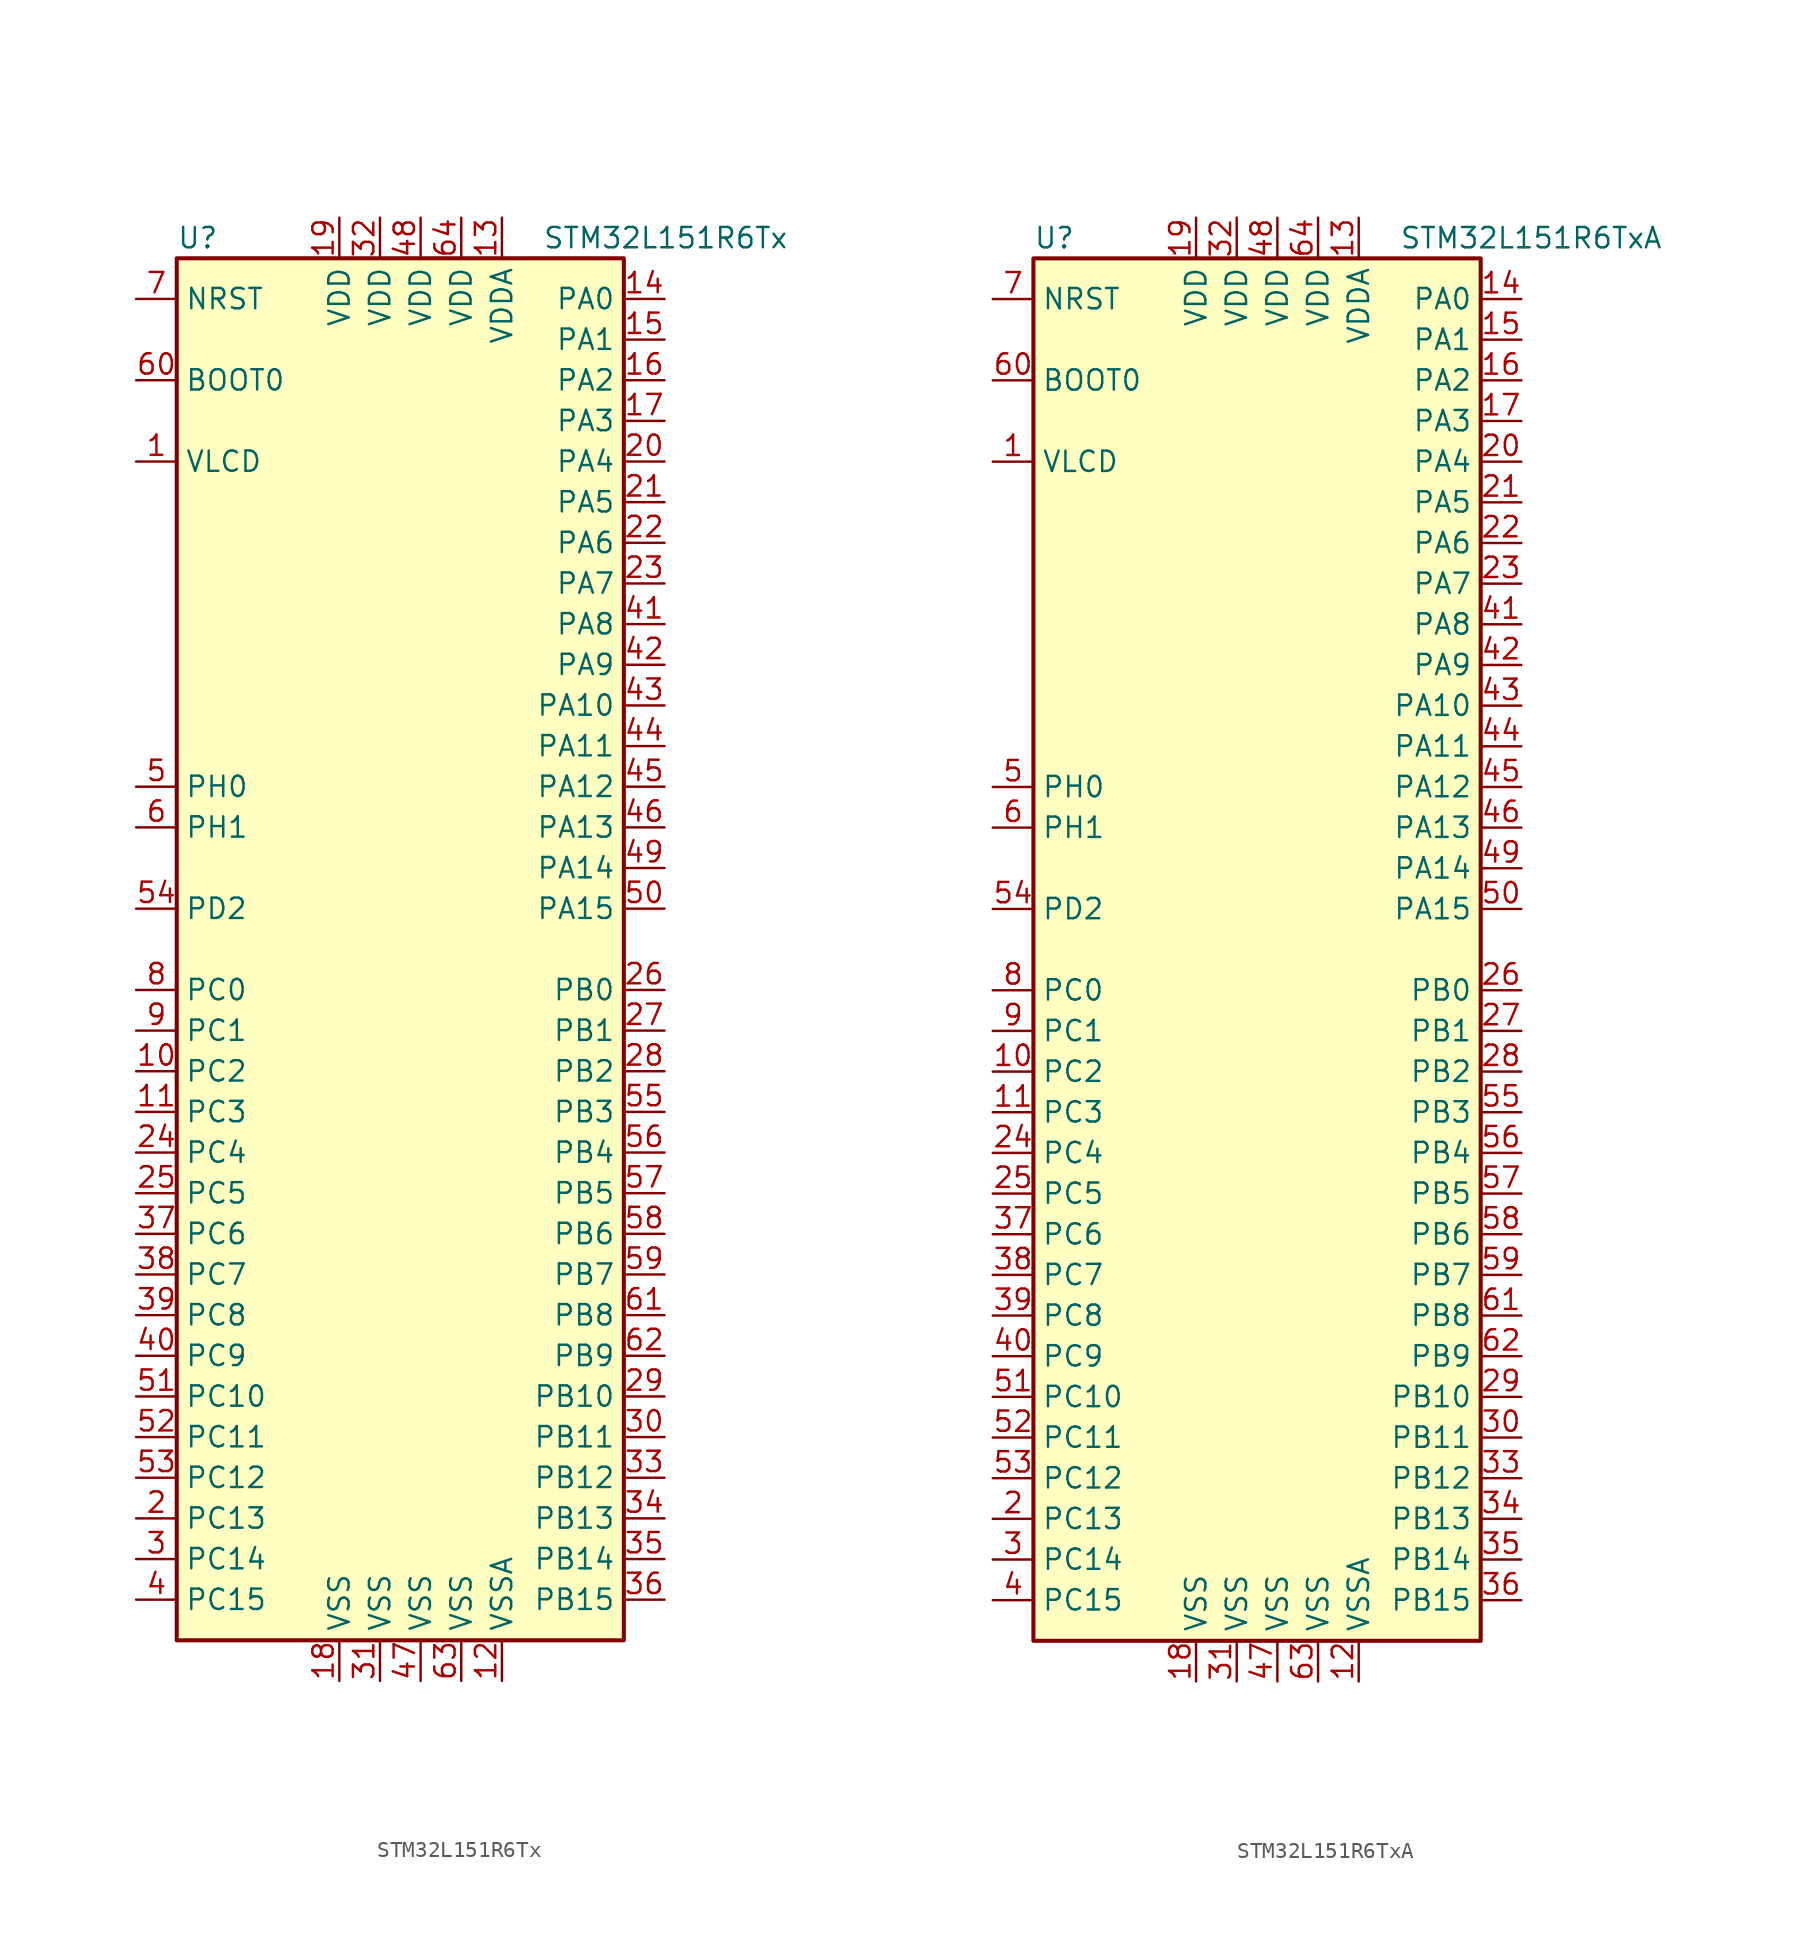
<source format=kicad_sym>
(kicad_symbol_lib
  (version 20211014)
  (generator kicad_symbol_editor)
  (symbol "STM32L151R6Tx"
    (property "Reference" "U"
      (at -15.24 44.45 0)
      (effects (font (size 1.27 1.27)) (justify left)))
    (property "Value" "STM32L151R6Tx"
      (at 7.62 44.45 0)
      (effects (font (size 1.27 1.27)) (justify left)))
    (symbol "STM32L151R6Tx_0_1"
      (rectangle (start -15.24 -43.18) (end 12.7 43.18) (stroke (width 0.254) (type default) (color 0 0 0 0)) (fill (type background))))
    (symbol "STM32L151R6Tx_1_1"
      (pin power_in line (at -17.78 30.48 0) (length 2.54) (name "VLCD" (effects (font (size 1.27 1.27)))) (number "1" (effects (font (size 1.27 1.27)))))
      (pin bidirectional line (at -17.78 -7.62 0) (length 2.54) (name "PC2" (effects (font (size 1.27 1.27)))) (number "10" (effects (font (size 1.27 1.27)))))
      (pin bidirectional line (at -17.78 -10.16 0) (length 2.54) (name "PC3" (effects (font (size 1.27 1.27)))) (number "11" (effects (font (size 1.27 1.27)))))
      (pin power_in line (at 5.08 -45.72 90) (length 2.54) (name "VSSA" (effects (font (size 1.27 1.27)))) (number "12" (effects (font (size 1.27 1.27)))))
      (pin power_in line (at 5.08 45.72 270) (length 2.54) (name "VDDA" (effects (font (size 1.27 1.27)))) (number "13" (effects (font (size 1.27 1.27)))))
      (pin bidirectional line (at 15.24 40.64 180) (length 2.54) (name "PA0" (effects (font (size 1.27 1.27)))) (number "14" (effects (font (size 1.27 1.27)))))
      (pin bidirectional line (at 15.24 38.1 180) (length 2.54) (name "PA1" (effects (font (size 1.27 1.27)))) (number "15" (effects (font (size 1.27 1.27)))))
      (pin bidirectional line (at 15.24 35.56 180) (length 2.54) (name "PA2" (effects (font (size 1.27 1.27)))) (number "16" (effects (font (size 1.27 1.27)))))
      (pin bidirectional line (at 15.24 33.02 180) (length 2.54) (name "PA3" (effects (font (size 1.27 1.27)))) (number "17" (effects (font (size 1.27 1.27)))))
      (pin power_in line (at -5.08 -45.72 90) (length 2.54) (name "VSS" (effects (font (size 1.27 1.27)))) (number "18" (effects (font (size 1.27 1.27)))))
      (pin power_in line (at -5.08 45.72 270) (length 2.54) (name "VDD" (effects (font (size 1.27 1.27)))) (number "19" (effects (font (size 1.27 1.27)))))
      (pin bidirectional line (at -17.78 -35.56 0) (length 2.54) (name "PC13" (effects (font (size 1.27 1.27)))) (number "2" (effects (font (size 1.27 1.27)))))
      (pin bidirectional line (at 15.24 30.48 180) (length 2.54) (name "PA4" (effects (font (size 1.27 1.27)))) (number "20" (effects (font (size 1.27 1.27)))))
      (pin bidirectional line (at 15.24 27.94 180) (length 2.54) (name "PA5" (effects (font (size 1.27 1.27)))) (number "21" (effects (font (size 1.27 1.27)))))
      (pin bidirectional line (at 15.24 25.4 180) (length 2.54) (name "PA6" (effects (font (size 1.27 1.27)))) (number "22" (effects (font (size 1.27 1.27)))))
      (pin bidirectional line (at 15.24 22.86 180) (length 2.54) (name "PA7" (effects (font (size 1.27 1.27)))) (number "23" (effects (font (size 1.27 1.27)))))
      (pin bidirectional line (at -17.78 -12.7 0) (length 2.54) (name "PC4" (effects (font (size 1.27 1.27)))) (number "24" (effects (font (size 1.27 1.27)))))
      (pin bidirectional line (at -17.78 -15.24 0) (length 2.54) (name "PC5" (effects (font (size 1.27 1.27)))) (number "25" (effects (font (size 1.27 1.27)))))
      (pin bidirectional line (at 15.24 -2.54 180) (length 2.54) (name "PB0" (effects (font (size 1.27 1.27)))) (number "26" (effects (font (size 1.27 1.27)))))
      (pin bidirectional line (at 15.24 -5.08 180) (length 2.54) (name "PB1" (effects (font (size 1.27 1.27)))) (number "27" (effects (font (size 1.27 1.27)))))
      (pin bidirectional line (at 15.24 -7.62 180) (length 2.54) (name "PB2" (effects (font (size 1.27 1.27)))) (number "28" (effects (font (size 1.27 1.27)))))
      (pin bidirectional line (at 15.24 -27.94 180) (length 2.54) (name "PB10" (effects (font (size 1.27 1.27)))) (number "29" (effects (font (size 1.27 1.27)))))
      (pin bidirectional line (at -17.78 -38.1 0) (length 2.54) (name "PC14" (effects (font (size 1.27 1.27)))) (number "3" (effects (font (size 1.27 1.27)))))
      (pin bidirectional line (at 15.24 -30.48 180) (length 2.54) (name "PB11" (effects (font (size 1.27 1.27)))) (number "30" (effects (font (size 1.27 1.27)))))
      (pin power_in line (at -2.54 -45.72 90) (length 2.54) (name "VSS" (effects (font (size 1.27 1.27)))) (number "31" (effects (font (size 1.27 1.27)))))
      (pin power_in line (at -2.54 45.72 270) (length 2.54) (name "VDD" (effects (font (size 1.27 1.27)))) (number "32" (effects (font (size 1.27 1.27)))))
      (pin bidirectional line (at 15.24 -33.02 180) (length 2.54) (name "PB12" (effects (font (size 1.27 1.27)))) (number "33" (effects (font (size 1.27 1.27)))))
      (pin bidirectional line (at 15.24 -35.56 180) (length 2.54) (name "PB13" (effects (font (size 1.27 1.27)))) (number "34" (effects (font (size 1.27 1.27)))))
      (pin bidirectional line (at 15.24 -38.1 180) (length 2.54) (name "PB14" (effects (font (size 1.27 1.27)))) (number "35" (effects (font (size 1.27 1.27)))))
      (pin bidirectional line (at 15.24 -40.64 180) (length 2.54) (name "PB15" (effects (font (size 1.27 1.27)))) (number "36" (effects (font (size 1.27 1.27)))))
      (pin bidirectional line (at -17.78 -17.78 0) (length 2.54) (name "PC6" (effects (font (size 1.27 1.27)))) (number "37" (effects (font (size 1.27 1.27)))))
      (pin bidirectional line (at -17.78 -20.32 0) (length 2.54) (name "PC7" (effects (font (size 1.27 1.27)))) (number "38" (effects (font (size 1.27 1.27)))))
      (pin bidirectional line (at -17.78 -22.86 0) (length 2.54) (name "PC8" (effects (font (size 1.27 1.27)))) (number "39" (effects (font (size 1.27 1.27)))))
      (pin bidirectional line (at -17.78 -40.64 0) (length 2.54) (name "PC15" (effects (font (size 1.27 1.27)))) (number "4" (effects (font (size 1.27 1.27)))))
      (pin bidirectional line (at -17.78 -25.4 0) (length 2.54) (name "PC9" (effects (font (size 1.27 1.27)))) (number "40" (effects (font (size 1.27 1.27)))))
      (pin bidirectional line (at 15.24 20.32 180) (length 2.54) (name "PA8" (effects (font (size 1.27 1.27)))) (number "41" (effects (font (size 1.27 1.27)))))
      (pin bidirectional line (at 15.24 17.78 180) (length 2.54) (name "PA9" (effects (font (size 1.27 1.27)))) (number "42" (effects (font (size 1.27 1.27)))))
      (pin bidirectional line (at 15.24 15.24 180) (length 2.54) (name "PA10" (effects (font (size 1.27 1.27)))) (number "43" (effects (font (size 1.27 1.27)))))
      (pin bidirectional line (at 15.24 12.7 180) (length 2.54) (name "PA11" (effects (font (size 1.27 1.27)))) (number "44" (effects (font (size 1.27 1.27)))))
      (pin bidirectional line (at 15.24 10.16 180) (length 2.54) (name "PA12" (effects (font (size 1.27 1.27)))) (number "45" (effects (font (size 1.27 1.27)))))
      (pin bidirectional line (at 15.24 7.62 180) (length 2.54) (name "PA13" (effects (font (size 1.27 1.27)))) (number "46" (effects (font (size 1.27 1.27)))))
      (pin power_in line (at 0 -45.72 90) (length 2.54) (name "VSS" (effects (font (size 1.27 1.27)))) (number "47" (effects (font (size 1.27 1.27)))))
      (pin power_in line (at 0 45.72 270) (length 2.54) (name "VDD" (effects (font (size 1.27 1.27)))) (number "48" (effects (font (size 1.27 1.27)))))
      (pin bidirectional line (at 15.24 5.08 180) (length 2.54) (name "PA14" (effects (font (size 1.27 1.27)))) (number "49" (effects (font (size 1.27 1.27)))))
      (pin input line (at -17.78 10.16 0) (length 2.54) (name "PH0" (effects (font (size 1.27 1.27)))) (number "5" (effects (font (size 1.27 1.27)))))
      (pin bidirectional line (at 15.24 2.54 180) (length 2.54) (name "PA15" (effects (font (size 1.27 1.27)))) (number "50" (effects (font (size 1.27 1.27)))))
      (pin bidirectional line (at -17.78 -27.94 0) (length 2.54) (name "PC10" (effects (font (size 1.27 1.27)))) (number "51" (effects (font (size 1.27 1.27)))))
      (pin bidirectional line (at -17.78 -30.48 0) (length 2.54) (name "PC11" (effects (font (size 1.27 1.27)))) (number "52" (effects (font (size 1.27 1.27)))))
      (pin bidirectional line (at -17.78 -33.02 0) (length 2.54) (name "PC12" (effects (font (size 1.27 1.27)))) (number "53" (effects (font (size 1.27 1.27)))))
      (pin bidirectional line (at -17.78 2.54 0) (length 2.54) (name "PD2" (effects (font (size 1.27 1.27)))) (number "54" (effects (font (size 1.27 1.27)))))
      (pin bidirectional line (at 15.24 -10.16 180) (length 2.54) (name "PB3" (effects (font (size 1.27 1.27)))) (number "55" (effects (font (size 1.27 1.27)))))
      (pin bidirectional line (at 15.24 -12.7 180) (length 2.54) (name "PB4" (effects (font (size 1.27 1.27)))) (number "56" (effects (font (size 1.27 1.27)))))
      (pin bidirectional line (at 15.24 -15.24 180) (length 2.54) (name "PB5" (effects (font (size 1.27 1.27)))) (number "57" (effects (font (size 1.27 1.27)))))
      (pin bidirectional line (at 15.24 -17.78 180) (length 2.54) (name "PB6" (effects (font (size 1.27 1.27)))) (number "58" (effects (font (size 1.27 1.27)))))
      (pin bidirectional line (at 15.24 -20.32 180) (length 2.54) (name "PB7" (effects (font (size 1.27 1.27)))) (number "59" (effects (font (size 1.27 1.27)))))
      (pin input line (at -17.78 7.62 0) (length 2.54) (name "PH1" (effects (font (size 1.27 1.27)))) (number "6" (effects (font (size 1.27 1.27)))))
      (pin input line (at -17.78 35.56 0) (length 2.54) (name "BOOT0" (effects (font (size 1.27 1.27)))) (number "60" (effects (font (size 1.27 1.27)))))
      (pin bidirectional line (at 15.24 -22.86 180) (length 2.54) (name "PB8" (effects (font (size 1.27 1.27)))) (number "61" (effects (font (size 1.27 1.27)))))
      (pin bidirectional line (at 15.24 -25.4 180) (length 2.54) (name "PB9" (effects (font (size 1.27 1.27)))) (number "62" (effects (font (size 1.27 1.27)))))
      (pin power_in line (at 2.54 -45.72 90) (length 2.54) (name "VSS" (effects (font (size 1.27 1.27)))) (number "63" (effects (font (size 1.27 1.27)))))
      (pin power_in line (at 2.54 45.72 270) (length 2.54) (name "VDD" (effects (font (size 1.27 1.27)))) (number "64" (effects (font (size 1.27 1.27)))))
      (pin input line (at -17.78 40.64 0) (length 2.54) (name "NRST" (effects (font (size 1.27 1.27)))) (number "7" (effects (font (size 1.27 1.27)))))
      (pin bidirectional line (at -17.78 -2.54 0) (length 2.54) (name "PC0" (effects (font (size 1.27 1.27)))) (number "8" (effects (font (size 1.27 1.27)))))
      (pin bidirectional line (at -17.78 -5.08 0) (length 2.54) (name "PC1" (effects (font (size 1.27 1.27)))) (number "9" (effects (font (size 1.27 1.27)))))))
  (symbol "STM32L151R6TxA"
    (property "Reference" "U"
      (at -15.24 44.45 0)
      (effects (font (size 1.27 1.27)) (justify left)))
    (property "Value" "STM32L151R6TxA"
      (at 7.62 44.45 0)
      (effects (font (size 1.27 1.27)) (justify left)))
    (symbol "STM32L151R6TxA_0_1"
      (rectangle (start -15.24 -43.18) (end 12.7 43.18) (stroke (width 0.254) (type default) (color 0 0 0 0)) (fill (type background))))
    (symbol "STM32L151R6TxA_1_1"
      (pin power_in line (at -17.78 30.48 0) (length 2.54) (name "VLCD" (effects (font (size 1.27 1.27)))) (number "1" (effects (font (size 1.27 1.27)))))
      (pin bidirectional line (at -17.78 -7.62 0) (length 2.54) (name "PC2" (effects (font (size 1.27 1.27)))) (number "10" (effects (font (size 1.27 1.27)))))
      (pin bidirectional line (at -17.78 -10.16 0) (length 2.54) (name "PC3" (effects (font (size 1.27 1.27)))) (number "11" (effects (font (size 1.27 1.27)))))
      (pin power_in line (at 5.08 -45.72 90) (length 2.54) (name "VSSA" (effects (font (size 1.27 1.27)))) (number "12" (effects (font (size 1.27 1.27)))))
      (pin power_in line (at 5.08 45.72 270) (length 2.54) (name "VDDA" (effects (font (size 1.27 1.27)))) (number "13" (effects (font (size 1.27 1.27)))))
      (pin bidirectional line (at 15.24 40.64 180) (length 2.54) (name "PA0" (effects (font (size 1.27 1.27)))) (number "14" (effects (font (size 1.27 1.27)))))
      (pin bidirectional line (at 15.24 38.1 180) (length 2.54) (name "PA1" (effects (font (size 1.27 1.27)))) (number "15" (effects (font (size 1.27 1.27)))))
      (pin bidirectional line (at 15.24 35.56 180) (length 2.54) (name "PA2" (effects (font (size 1.27 1.27)))) (number "16" (effects (font (size 1.27 1.27)))))
      (pin bidirectional line (at 15.24 33.02 180) (length 2.54) (name "PA3" (effects (font (size 1.27 1.27)))) (number "17" (effects (font (size 1.27 1.27)))))
      (pin power_in line (at -5.08 -45.72 90) (length 2.54) (name "VSS" (effects (font (size 1.27 1.27)))) (number "18" (effects (font (size 1.27 1.27)))))
      (pin power_in line (at -5.08 45.72 270) (length 2.54) (name "VDD" (effects (font (size 1.27 1.27)))) (number "19" (effects (font (size 1.27 1.27)))))
      (pin bidirectional line (at -17.78 -35.56 0) (length 2.54) (name "PC13" (effects (font (size 1.27 1.27)))) (number "2" (effects (font (size 1.27 1.27)))))
      (pin bidirectional line (at 15.24 30.48 180) (length 2.54) (name "PA4" (effects (font (size 1.27 1.27)))) (number "20" (effects (font (size 1.27 1.27)))))
      (pin bidirectional line (at 15.24 27.94 180) (length 2.54) (name "PA5" (effects (font (size 1.27 1.27)))) (number "21" (effects (font (size 1.27 1.27)))))
      (pin bidirectional line (at 15.24 25.4 180) (length 2.54) (name "PA6" (effects (font (size 1.27 1.27)))) (number "22" (effects (font (size 1.27 1.27)))))
      (pin bidirectional line (at 15.24 22.86 180) (length 2.54) (name "PA7" (effects (font (size 1.27 1.27)))) (number "23" (effects (font (size 1.27 1.27)))))
      (pin bidirectional line (at -17.78 -12.7 0) (length 2.54) (name "PC4" (effects (font (size 1.27 1.27)))) (number "24" (effects (font (size 1.27 1.27)))))
      (pin bidirectional line (at -17.78 -15.24 0) (length 2.54) (name "PC5" (effects (font (size 1.27 1.27)))) (number "25" (effects (font (size 1.27 1.27)))))
      (pin bidirectional line (at 15.24 -2.54 180) (length 2.54) (name "PB0" (effects (font (size 1.27 1.27)))) (number "26" (effects (font (size 1.27 1.27)))))
      (pin bidirectional line (at 15.24 -5.08 180) (length 2.54) (name "PB1" (effects (font (size 1.27 1.27)))) (number "27" (effects (font (size 1.27 1.27)))))
      (pin bidirectional line (at 15.24 -7.62 180) (length 2.54) (name "PB2" (effects (font (size 1.27 1.27)))) (number "28" (effects (font (size 1.27 1.27)))))
      (pin bidirectional line (at 15.24 -27.94 180) (length 2.54) (name "PB10" (effects (font (size 1.27 1.27)))) (number "29" (effects (font (size 1.27 1.27)))))
      (pin bidirectional line (at -17.78 -38.1 0) (length 2.54) (name "PC14" (effects (font (size 1.27 1.27)))) (number "3" (effects (font (size 1.27 1.27)))))
      (pin bidirectional line (at 15.24 -30.48 180) (length 2.54) (name "PB11" (effects (font (size 1.27 1.27)))) (number "30" (effects (font (size 1.27 1.27)))))
      (pin power_in line (at -2.54 -45.72 90) (length 2.54) (name "VSS" (effects (font (size 1.27 1.27)))) (number "31" (effects (font (size 1.27 1.27)))))
      (pin power_in line (at -2.54 45.72 270) (length 2.54) (name "VDD" (effects (font (size 1.27 1.27)))) (number "32" (effects (font (size 1.27 1.27)))))
      (pin bidirectional line (at 15.24 -33.02 180) (length 2.54) (name "PB12" (effects (font (size 1.27 1.27)))) (number "33" (effects (font (size 1.27 1.27)))))
      (pin bidirectional line (at 15.24 -35.56 180) (length 2.54) (name "PB13" (effects (font (size 1.27 1.27)))) (number "34" (effects (font (size 1.27 1.27)))))
      (pin bidirectional line (at 15.24 -38.1 180) (length 2.54) (name "PB14" (effects (font (size 1.27 1.27)))) (number "35" (effects (font (size 1.27 1.27)))))
      (pin bidirectional line (at 15.24 -40.64 180) (length 2.54) (name "PB15" (effects (font (size 1.27 1.27)))) (number "36" (effects (font (size 1.27 1.27)))))
      (pin bidirectional line (at -17.78 -17.78 0) (length 2.54) (name "PC6" (effects (font (size 1.27 1.27)))) (number "37" (effects (font (size 1.27 1.27)))))
      (pin bidirectional line (at -17.78 -20.32 0) (length 2.54) (name "PC7" (effects (font (size 1.27 1.27)))) (number "38" (effects (font (size 1.27 1.27)))))
      (pin bidirectional line (at -17.78 -22.86 0) (length 2.54) (name "PC8" (effects (font (size 1.27 1.27)))) (number "39" (effects (font (size 1.27 1.27)))))
      (pin bidirectional line (at -17.78 -40.64 0) (length 2.54) (name "PC15" (effects (font (size 1.27 1.27)))) (number "4" (effects (font (size 1.27 1.27)))))
      (pin bidirectional line (at -17.78 -25.4 0) (length 2.54) (name "PC9" (effects (font (size 1.27 1.27)))) (number "40" (effects (font (size 1.27 1.27)))))
      (pin bidirectional line (at 15.24 20.32 180) (length 2.54) (name "PA8" (effects (font (size 1.27 1.27)))) (number "41" (effects (font (size 1.27 1.27)))))
      (pin bidirectional line (at 15.24 17.78 180) (length 2.54) (name "PA9" (effects (font (size 1.27 1.27)))) (number "42" (effects (font (size 1.27 1.27)))))
      (pin bidirectional line (at 15.24 15.24 180) (length 2.54) (name "PA10" (effects (font (size 1.27 1.27)))) (number "43" (effects (font (size 1.27 1.27)))))
      (pin bidirectional line (at 15.24 12.7 180) (length 2.54) (name "PA11" (effects (font (size 1.27 1.27)))) (number "44" (effects (font (size 1.27 1.27)))))
      (pin bidirectional line (at 15.24 10.16 180) (length 2.54) (name "PA12" (effects (font (size 1.27 1.27)))) (number "45" (effects (font (size 1.27 1.27)))))
      (pin bidirectional line (at 15.24 7.62 180) (length 2.54) (name "PA13" (effects (font (size 1.27 1.27)))) (number "46" (effects (font (size 1.27 1.27)))))
      (pin power_in line (at 0 -45.72 90) (length 2.54) (name "VSS" (effects (font (size 1.27 1.27)))) (number "47" (effects (font (size 1.27 1.27)))))
      (pin power_in line (at 0 45.72 270) (length 2.54) (name "VDD" (effects (font (size 1.27 1.27)))) (number "48" (effects (font (size 1.27 1.27)))))
      (pin bidirectional line (at 15.24 5.08 180) (length 2.54) (name "PA14" (effects (font (size 1.27 1.27)))) (number "49" (effects (font (size 1.27 1.27)))))
      (pin input line (at -17.78 10.16 0) (length 2.54) (name "PH0" (effects (font (size 1.27 1.27)))) (number "5" (effects (font (size 1.27 1.27)))))
      (pin bidirectional line (at 15.24 2.54 180) (length 2.54) (name "PA15" (effects (font (size 1.27 1.27)))) (number "50" (effects (font (size 1.27 1.27)))))
      (pin bidirectional line (at -17.78 -27.94 0) (length 2.54) (name "PC10" (effects (font (size 1.27 1.27)))) (number "51" (effects (font (size 1.27 1.27)))))
      (pin bidirectional line (at -17.78 -30.48 0) (length 2.54) (name "PC11" (effects (font (size 1.27 1.27)))) (number "52" (effects (font (size 1.27 1.27)))))
      (pin bidirectional line (at -17.78 -33.02 0) (length 2.54) (name "PC12" (effects (font (size 1.27 1.27)))) (number "53" (effects (font (size 1.27 1.27)))))
      (pin bidirectional line (at -17.78 2.54 0) (length 2.54) (name "PD2" (effects (font (size 1.27 1.27)))) (number "54" (effects (font (size 1.27 1.27)))))
      (pin bidirectional line (at 15.24 -10.16 180) (length 2.54) (name "PB3" (effects (font (size 1.27 1.27)))) (number "55" (effects (font (size 1.27 1.27)))))
      (pin bidirectional line (at 15.24 -12.7 180) (length 2.54) (name "PB4" (effects (font (size 1.27 1.27)))) (number "56" (effects (font (size 1.27 1.27)))))
      (pin bidirectional line (at 15.24 -15.24 180) (length 2.54) (name "PB5" (effects (font (size 1.27 1.27)))) (number "57" (effects (font (size 1.27 1.27)))))
      (pin bidirectional line (at 15.24 -17.78 180) (length 2.54) (name "PB6" (effects (font (size 1.27 1.27)))) (number "58" (effects (font (size 1.27 1.27)))))
      (pin bidirectional line (at 15.24 -20.32 180) (length 2.54) (name "PB7" (effects (font (size 1.27 1.27)))) (number "59" (effects (font (size 1.27 1.27)))))
      (pin input line (at -17.78 7.62 0) (length 2.54) (name "PH1" (effects (font (size 1.27 1.27)))) (number "6" (effects (font (size 1.27 1.27)))))
      (pin input line (at -17.78 35.56 0) (length 2.54) (name "BOOT0" (effects (font (size 1.27 1.27)))) (number "60" (effects (font (size 1.27 1.27)))))
      (pin bidirectional line (at 15.24 -22.86 180) (length 2.54) (name "PB8" (effects (font (size 1.27 1.27)))) (number "61" (effects (font (size 1.27 1.27)))))
      (pin bidirectional line (at 15.24 -25.4 180) (length 2.54) (name "PB9" (effects (font (size 1.27 1.27)))) (number "62" (effects (font (size 1.27 1.27)))))
      (pin power_in line (at 2.54 -45.72 90) (length 2.54) (name "VSS" (effects (font (size 1.27 1.27)))) (number "63" (effects (font (size 1.27 1.27)))))
      (pin power_in line (at 2.54 45.72 270) (length 2.54) (name "VDD" (effects (font (size 1.27 1.27)))) (number "64" (effects (font (size 1.27 1.27)))))
      (pin input line (at -17.78 40.64 0) (length 2.54) (name "NRST" (effects (font (size 1.27 1.27)))) (number "7" (effects (font (size 1.27 1.27)))))
      (pin bidirectional line (at -17.78 -2.54 0) (length 2.54) (name "PC0" (effects (font (size 1.27 1.27)))) (number "8" (effects (font (size 1.27 1.27)))))
      (pin bidirectional line (at -17.78 -5.08 0) (length 2.54) (name "PC1" (effects (font (size 1.27 1.27)))) (number "9" (effects (font (size 1.27 1.27))))))))
</source>
